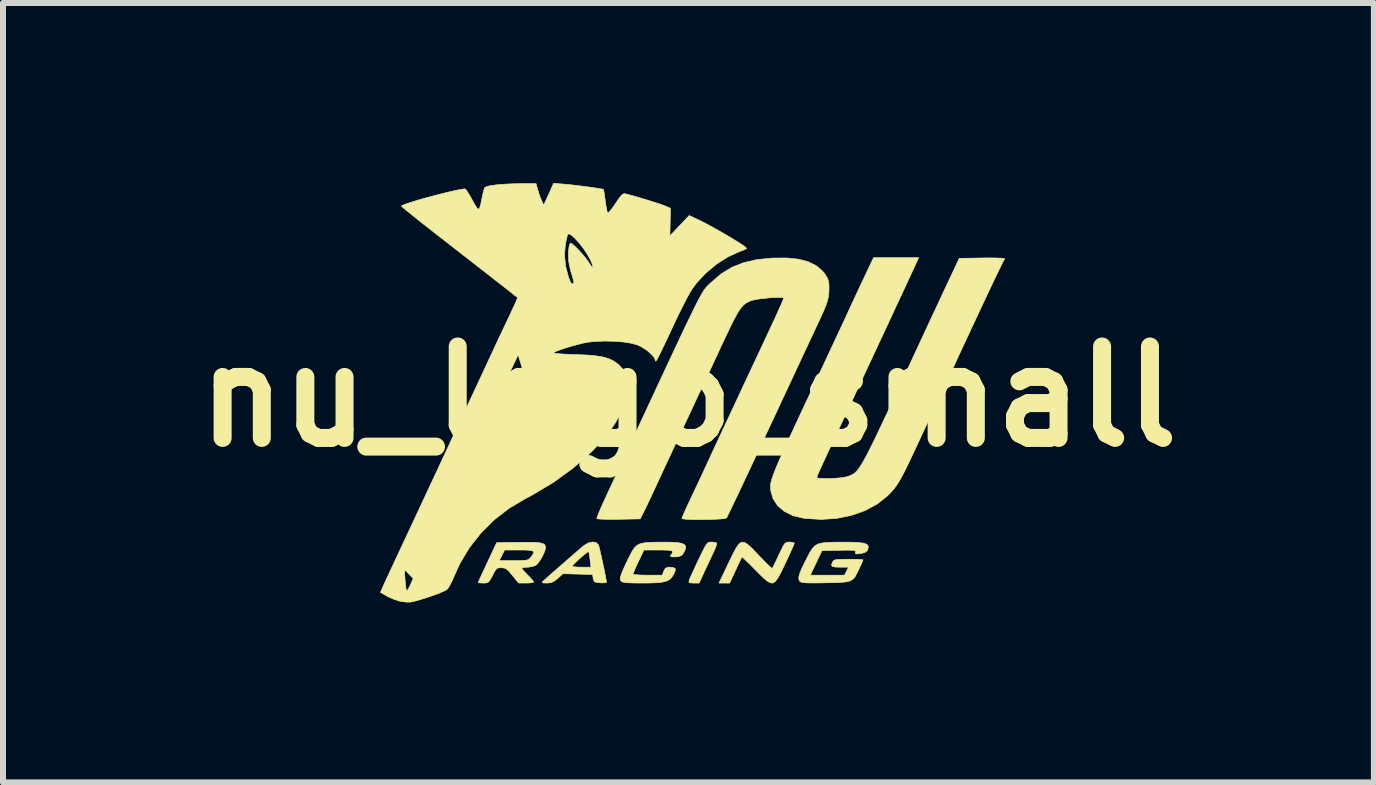
<source format=kicad_pcb>
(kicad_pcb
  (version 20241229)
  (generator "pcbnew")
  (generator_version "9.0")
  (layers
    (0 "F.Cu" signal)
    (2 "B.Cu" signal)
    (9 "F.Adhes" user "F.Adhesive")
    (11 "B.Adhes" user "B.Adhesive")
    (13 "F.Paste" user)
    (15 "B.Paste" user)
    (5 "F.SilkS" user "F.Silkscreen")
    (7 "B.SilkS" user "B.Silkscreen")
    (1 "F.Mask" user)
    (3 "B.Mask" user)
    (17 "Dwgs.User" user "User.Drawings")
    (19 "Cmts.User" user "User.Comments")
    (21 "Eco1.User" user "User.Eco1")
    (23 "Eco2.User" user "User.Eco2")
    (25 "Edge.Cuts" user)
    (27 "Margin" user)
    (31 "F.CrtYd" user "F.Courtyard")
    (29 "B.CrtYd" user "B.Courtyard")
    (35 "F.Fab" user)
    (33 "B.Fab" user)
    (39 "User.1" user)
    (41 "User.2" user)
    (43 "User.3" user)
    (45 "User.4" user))
  (footprint "nu_logo_small"
    (layer "F.Cu")
    (at 8.426 3.56)
    (property "Reference" "nu_logo_small" (at 0 0 0) (layer "F.SilkS") (effects (font (size 1.524 1.524) (thickness 0.3))))
    (attr through_hole)
    (fp_poly (pts (xy 0.438 2.43) (xy 0.469 2.441) (xy 0.471 2.442) (xy 0.468 2.47) (xy 0.449 2.523) (xy 0.429 2.569) (xy 0.397 2.637) (xy 0.354 2.73) (xy 0.305 2.834) (xy 0.277 2.894) (xy 0.177 3.109) (xy 0.087 3.109) (xy 0.03 3.106) (xy 0.008 3.095) (xy 0.01 3.069) (xy 0.012 3.063) (xy 0.026 3.027) (xy 0.056 2.96) (xy 0.097 2.87) (xy 0.146 2.766) (xy 0.167 2.721) (xy 0.222 2.607) (xy 0.262 2.527) (xy 0.292 2.475) (xy 0.316 2.444) (xy 0.339 2.43) (xy 0.364 2.426) (xy 0.385 2.425) (xy 0.438 2.43)) (stroke (width 0.01) (type solid)) (fill yes) (layer "F.SilkS"))
    (fp_poly (pts (xy 1.737 2.43) (xy 1.763 2.442) (xy 1.764 2.445) (xy 1.755 2.471) (xy 1.73 2.529) (xy 1.692 2.612) (xy 1.645 2.714) (xy 1.611 2.787) (xy 1.545 2.924) (xy 1.492 3.022) (xy 1.447 3.084) (xy 1.402 3.11) (xy 1.352 3.101) (xy 1.29 3.059) (xy 1.21 2.985) (xy 1.114 2.888) (xy 1.036 2.809) (xy 0.969 2.744) (xy 0.92 2.697) (xy 0.894 2.674) (xy 0.891 2.673) (xy 0.88 2.694) (xy 0.855 2.747) (xy 0.819 2.823) (xy 0.786 2.894) (xy 0.686 3.109) (xy 0.509 3.109) (xy 0.669 2.773) (xy 0.738 2.631) (xy 0.792 2.527) (xy 0.839 2.46) (xy 0.883 2.428) (xy 0.931 2.43) (xy 0.988 2.465) (xy 1.06 2.531) (xy 1.152 2.627) (xy 1.172 2.649) (xy 1.25 2.729) (xy 1.316 2.795) (xy 1.366 2.842) (xy 1.393 2.865) (xy 1.397 2.865) (xy 1.409 2.842) (xy 1.436 2.788) (xy 1.473 2.711) (xy 1.506 2.64) (xy 1.551 2.546) (xy 1.583 2.484) (xy 1.608 2.448) (xy 1.633 2.431) (xy 1.662 2.426) (xy 1.685 2.425) (xy 1.737 2.43)) (stroke (width 0.01) (type solid)) (fill yes) (layer "F.SilkS"))
    (fp_poly (pts (xy -1.539 2.434) (xy -1.5 2.474) (xy -1.5 2.475) (xy -1.489 2.51) (xy -1.473 2.578) (xy -1.452 2.668) (xy -1.43 2.77) (xy -1.408 2.873) (xy -1.389 2.968) (xy -1.375 3.043) (xy -1.367 3.089) (xy -1.367 3.096) (xy -1.387 3.104) (xy -1.437 3.106) (xy -1.472 3.105) (xy -1.536 3.098) (xy -1.568 3.084) (xy -1.583 3.054) (xy -1.588 3.032) (xy -1.599 2.966) (xy -2.093 2.953) (xy -2.179 3.031) (xy -2.242 3.08) (xy -2.298 3.104) (xy -2.361 3.109) (xy -2.418 3.107) (xy -2.438 3.099) (xy -2.428 3.082) (xy -2.425 3.079) (xy -2.391 3.048) (xy -2.331 2.995) (xy -2.252 2.925) (xy -2.16 2.845) (xy -2.137 2.825) (xy -1.937 2.825) (xy -1.92 2.834) (xy -1.87 2.841) (xy -1.796 2.844) (xy -1.785 2.844) (xy -1.626 2.844) (xy -1.64 2.719) (xy -1.65 2.649) (xy -1.659 2.599) (xy -1.665 2.583) (xy -1.684 2.593) (xy -1.725 2.624) (xy -1.779 2.67) (xy -1.837 2.722) (xy -1.888 2.771) (xy -1.925 2.809) (xy -1.937 2.825) (xy -2.137 2.825) (xy -2.062 2.76) (xy -1.967 2.676) (xy -1.879 2.6) (xy -1.807 2.538) (xy -1.757 2.496) (xy -1.746 2.486) (xy -1.672 2.441) (xy -1.599 2.424) (xy -1.539 2.434)) (stroke (width 0.01) (type solid)) (fill yes) (layer "F.SilkS"))
    (fp_poly (pts (xy -0.296 2.428) (xy -0.183 2.434) (xy -0.107 2.448) (xy -0.062 2.471) (xy -0.046 2.504) (xy -0.054 2.55) (xy -0.077 2.6) (xy -0.109 2.644) (xy -0.157 2.666) (xy -0.199 2.672) (xy -0.264 2.673) (xy -0.3 2.663) (xy -0.3 2.645) (xy -0.287 2.635) (xy -0.266 2.603) (xy -0.265 2.589) (xy -0.273 2.575) (xy -0.301 2.566) (xy -0.356 2.56) (xy -0.446 2.558) (xy -0.503 2.558) (xy -0.742 2.558) (xy -0.834 2.751) (xy -0.874 2.835) (xy -0.904 2.905) (xy -0.923 2.949) (xy -0.926 2.96) (xy -0.905 2.967) (xy -0.85 2.972) (xy -0.768 2.976) (xy -0.682 2.977) (xy -0.437 2.977) (xy -0.412 2.91) (xy -0.384 2.861) (xy -0.34 2.845) (xy -0.328 2.844) (xy -0.255 2.849) (xy -0.221 2.867) (xy -0.221 2.904) (xy -0.244 2.958) (xy -0.276 3.01) (xy -0.314 3.049) (xy -0.366 3.076) (xy -0.437 3.094) (xy -0.535 3.104) (xy -0.666 3.108) (xy -0.768 3.109) (xy -0.901 3.108) (xy -0.996 3.105) (xy -1.06 3.1) (xy -1.1 3.091) (xy -1.122 3.079) (xy -1.125 3.076) (xy -1.136 3.052) (xy -1.136 3.018) (xy -1.122 2.968) (xy -1.093 2.895) (xy -1.047 2.794) (xy -0.985 2.668) (xy -0.942 2.584) (xy -0.902 2.523) (xy -0.858 2.48) (xy -0.803 2.452) (xy -0.728 2.437) (xy -0.625 2.429) (xy -0.489 2.427) (xy -0.448 2.427) (xy -0.296 2.428)) (stroke (width 0.01) (type solid)) (fill yes) (layer "F.SilkS"))
    (fp_poly (pts (xy -2.563 2.431) (xy -2.481 2.438) (xy -2.427 2.451) (xy -2.396 2.47) (xy -2.383 2.497) (xy -2.381 2.515) (xy -2.394 2.571) (xy -2.426 2.646) (xy -2.468 2.722) (xy -2.513 2.784) (xy -2.54 2.81) (xy -2.594 2.832) (xy -2.665 2.844) (xy -2.684 2.844) (xy -2.741 2.848) (xy -2.775 2.857) (xy -2.778 2.862) (xy -2.764 2.885) (xy -2.725 2.929) (xy -2.679 2.977) (xy -2.627 3.03) (xy -2.591 3.072) (xy -2.58 3.091) (xy -2.6 3.101) (xy -2.651 3.107) (xy -2.706 3.109) (xy -2.833 3.108) (xy -2.934 2.982) (xy -2.99 2.915) (xy -3.032 2.877) (xy -3.07 2.859) (xy -3.116 2.853) (xy -3.118 2.853) (xy -3.163 2.855) (xy -3.195 2.867) (xy -3.222 2.9) (xy -3.256 2.962) (xy -3.265 2.98) (xy -3.301 3.049) (xy -3.329 3.088) (xy -3.36 3.105) (xy -3.403 3.109) (xy -3.418 3.109) (xy -3.473 3.107) (xy -3.504 3.102) (xy -3.506 3.101) (xy -3.497 3.079) (xy -3.472 3.024) (xy -3.435 2.943) (xy -3.388 2.843) (xy -3.352 2.764) (xy -3.337 2.734) (xy -3.154 2.734) (xy -2.912 2.734) (xy -2.806 2.734) (xy -2.735 2.731) (xy -2.689 2.724) (xy -2.66 2.712) (xy -2.638 2.691) (xy -2.625 2.676) (xy -2.591 2.628) (xy -2.579 2.595) (xy -2.595 2.575) (xy -2.641 2.563) (xy -2.724 2.558) (xy -2.822 2.558) (xy -3.064 2.558) (xy -3.109 2.646) (xy -3.154 2.734) (xy -3.337 2.734) (xy -3.198 2.436) (xy -2.833 2.43) (xy -2.679 2.429) (xy -2.563 2.431)) (stroke (width 0.01) (type solid)) (fill yes) (layer "F.SilkS"))
    (fp_poly (pts (xy 2.717 2.428) (xy 2.834 2.433) (xy 2.915 2.444) (xy 2.967 2.46) (xy 2.993 2.484) (xy 2.998 2.507) (xy 2.985 2.564) (xy 2.942 2.599) (xy 2.866 2.618) (xy 2.808 2.624) (xy 2.783 2.618) (xy 2.783 2.598) (xy 2.785 2.593) (xy 2.787 2.578) (xy 2.776 2.568) (xy 2.745 2.563) (xy 2.687 2.56) (xy 2.596 2.561) (xy 2.512 2.563) (xy 2.225 2.569) (xy 2.031 2.977) (xy 2.601 2.977) (xy 2.635 2.91) (xy 2.669 2.844) (xy 2.525 2.844) (xy 2.442 2.842) (xy 2.397 2.831) (xy 2.384 2.808) (xy 2.397 2.768) (xy 2.404 2.755) (xy 2.418 2.736) (xy 2.443 2.723) (xy 2.486 2.716) (xy 2.555 2.713) (xy 2.66 2.712) (xy 2.669 2.712) (xy 2.766 2.713) (xy 2.845 2.715) (xy 2.895 2.719) (xy 2.91 2.722) (xy 2.902 2.745) (xy 2.878 2.798) (xy 2.846 2.868) (xy 2.842 2.875) (xy 2.806 2.949) (xy 2.775 3.005) (xy 2.741 3.045) (xy 2.698 3.071) (xy 2.639 3.088) (xy 2.558 3.097) (xy 2.446 3.102) (xy 2.298 3.104) (xy 2.284 3.105) (xy 2.138 3.107) (xy 2.031 3.107) (xy 1.955 3.105) (xy 1.905 3.1) (xy 1.874 3.091) (xy 1.856 3.08) (xy 1.853 3.076) (xy 1.839 3.046) (xy 1.84 3.002) (xy 1.858 2.939) (xy 1.895 2.851) (xy 1.953 2.734) (xy 1.981 2.679) (xy 2.026 2.594) (xy 2.066 2.532) (xy 2.109 2.487) (xy 2.162 2.457) (xy 2.232 2.44) (xy 2.326 2.431) (xy 2.453 2.427) (xy 2.562 2.427) (xy 2.717 2.428)) (stroke (width 0.01) (type solid)) (fill yes) (layer "F.SilkS"))
    (fp_poly (pts (xy 3.784 -2.199) (xy 3.757 -2.14) (xy 3.715 -2.05) (xy 3.664 -1.939) (xy 3.608 -1.818) (xy 3.572 -1.742) (xy 3.514 -1.617) (xy 3.457 -1.496) (xy 3.407 -1.387) (xy 3.368 -1.303) (xy 3.351 -1.268) (xy 3.313 -1.184) (xy 3.264 -1.08) (xy 3.215 -0.974) (xy 3.203 -0.948) (xy 3.153 -0.843) (xy 3.102 -0.732) (xy 3.057 -0.636) (xy 3.048 -0.617) (xy 3.014 -0.544) (xy 2.964 -0.438) (xy 2.904 -0.308) (xy 2.835 -0.161) (xy 2.762 -0.004) (xy 2.688 0.154) (xy 2.616 0.306) (xy 2.569 0.408) (xy 2.464 0.631) (xy 2.377 0.818) (xy 2.306 0.97) (xy 2.25 1.092) (xy 2.206 1.186) (xy 2.175 1.256) (xy 2.154 1.304) (xy 2.143 1.333) (xy 2.139 1.347) (xy 2.139 1.347) (xy 2.159 1.359) (xy 2.213 1.365) (xy 2.29 1.368) (xy 2.381 1.366) (xy 2.474 1.36) (xy 2.56 1.351) (xy 2.63 1.339) (xy 2.651 1.333) (xy 2.684 1.321) (xy 2.715 1.309) (xy 2.744 1.294) (xy 2.772 1.274) (xy 2.801 1.247) (xy 2.832 1.209) (xy 2.867 1.159) (xy 2.907 1.093) (xy 2.953 1.011) (xy 3.006 0.909) (xy 3.068 0.785) (xy 3.14 0.637) (xy 3.223 0.461) (xy 3.32 0.257) (xy 3.43 0.021) (xy 3.555 -0.25) (xy 3.698 -0.556) (xy 3.772 -0.717) (xy 3.826 -0.834) (xy 3.888 -0.966) (xy 3.945 -1.089) (xy 3.956 -1.113) (xy 4.01 -1.228) (xy 4.069 -1.356) (xy 4.124 -1.472) (xy 4.136 -1.498) (xy 4.178 -1.588) (xy 4.232 -1.704) (xy 4.292 -1.833) (xy 4.353 -1.962) (xy 4.368 -1.994) (xy 4.513 -2.304) (xy 4.891 -2.31) (xy 5.015 -2.311) (xy 5.122 -2.31) (xy 5.204 -2.307) (xy 5.256 -2.303) (xy 5.27 -2.298) (xy 5.256 -2.267) (xy 5.25 -2.259) (xy 5.237 -2.235) (xy 5.208 -2.176) (xy 5.164 -2.085) (xy 5.107 -1.967) (xy 5.04 -1.826) (xy 4.964 -1.665) (xy 4.882 -1.49) (xy 4.795 -1.304) (xy 4.705 -1.112) (xy 4.615 -0.918) (xy 4.525 -0.726) (xy 4.44 -0.541) (xy 4.359 -0.366) (xy 4.338 -0.32) (xy 4.279 -0.193) (xy 4.215 -0.055) (xy 4.154 0.077) (xy 4.112 0.165) (xy 4.072 0.25) (xy 4.018 0.366) (xy 3.953 0.504) (xy 3.883 0.654) (xy 3.812 0.807) (xy 3.779 0.878) (xy 3.695 1.056) (xy 3.626 1.199) (xy 3.568 1.313) (xy 3.517 1.404) (xy 3.471 1.478) (xy 3.425 1.54) (xy 3.376 1.595) (xy 3.321 1.651) (xy 3.315 1.657) (xy 3.143 1.793) (xy 2.941 1.902) (xy 2.715 1.981) (xy 2.471 2.031) (xy 2.214 2.048) (xy 1.949 2.032) (xy 1.908 2.026) (xy 1.74 1.985) (xy 1.599 1.915) (xy 1.488 1.821) (xy 1.412 1.706) (xy 1.372 1.572) (xy 1.368 1.499) (xy 1.369 1.468) (xy 1.375 1.431) (xy 1.387 1.386) (xy 1.405 1.33) (xy 1.431 1.26) (xy 1.466 1.173) (xy 1.512 1.066) (xy 1.569 0.936) (xy 1.64 0.781) (xy 1.725 0.596) (xy 1.825 0.38) (xy 1.942 0.129) (xy 2.034 -0.066) (xy 2.138 -0.29) (xy 2.241 -0.509) (xy 2.338 -0.718) (xy 2.429 -0.912) (xy 2.511 -1.088) (xy 2.583 -1.241) (xy 2.641 -1.367) (xy 2.684 -1.461) (xy 2.707 -1.51) (xy 2.762 -1.629) (xy 2.827 -1.769) (xy 2.895 -1.913) (xy 2.952 -2.034) (xy 3.085 -2.315) (xy 3.836 -2.315) (xy 3.784 -2.199)) (stroke (width 0.01) (type solid)) (fill yes) (layer "F.SilkS"))
    (fp_poly (pts (xy 1.834 -2.29) (xy 1.996 -2.247) (xy 2.128 -2.182) (xy 2.234 -2.092) (xy 2.279 -2.036) (xy 2.315 -1.978) (xy 2.334 -1.925) (xy 2.342 -1.859) (xy 2.342 -1.793) (xy 2.34 -1.723) (xy 2.332 -1.658) (xy 2.315 -1.591) (xy 2.288 -1.512) (xy 2.247 -1.414) (xy 2.19 -1.288) (xy 2.155 -1.213) (xy 2.132 -1.165) (xy 2.111 -1.12) (xy 2.09 -1.075) (xy 2.068 -1.028) (xy 2.043 -0.975) (xy 2.014 -0.913) (xy 1.98 -0.839) (xy 1.938 -0.751) (xy 1.889 -0.645) (xy 1.83 -0.518) (xy 1.759 -0.367) (xy 1.677 -0.19) (xy 1.58 0.016) (xy 1.469 0.256) (xy 1.34 0.53) (xy 1.274 0.672) (xy 1.168 0.899) (xy 1.067 1.115) (xy 0.973 1.315) (xy 0.887 1.498) (xy 0.811 1.658) (xy 0.746 1.794) (xy 0.695 1.901) (xy 0.658 1.977) (xy 0.638 2.017) (xy 0.634 2.023) (xy 0.607 2.032) (xy 0.545 2.04) (xy 0.459 2.045) (xy 0.356 2.049) (xy 0.246 2.051) (xy 0.137 2.051) (xy 0.039 2.049) (xy -0.041 2.045) (xy -0.094 2.039) (xy -0.11 2.031) (xy -0.101 2.005) (xy -0.076 1.947) (xy -0.039 1.864) (xy 0.007 1.765) (xy 0.025 1.728) (xy 0.08 1.61) (xy 0.136 1.493) (xy 0.185 1.388) (xy 0.222 1.309) (xy 0.225 1.301) (xy 0.258 1.23) (xy 0.307 1.125) (xy 0.369 0.99) (xy 0.443 0.831) (xy 0.526 0.653) (xy 0.615 0.462) (xy 0.709 0.261) (xy 0.804 0.058) (xy 0.898 -0.144) (xy 0.989 -0.338) (xy 1.074 -0.52) (xy 1.151 -0.684) (xy 1.217 -0.825) (xy 1.27 -0.938) (xy 1.29 -0.981) (xy 1.369 -1.15) (xy 1.439 -1.3) (xy 1.497 -1.429) (xy 1.543 -1.531) (xy 1.573 -1.602) (xy 1.587 -1.639) (xy 1.587 -1.643) (xy 1.567 -1.651) (xy 1.513 -1.653) (xy 1.436 -1.651) (xy 1.344 -1.645) (xy 1.249 -1.635) (xy 1.16 -1.624) (xy 1.087 -1.61) (xy 1.042 -1.598) (xy 0.997 -1.578) (xy 0.959 -1.557) (xy 0.923 -1.53) (xy 0.887 -1.493) (xy 0.85 -1.443) (xy 0.809 -1.376) (xy 0.761 -1.287) (xy 0.704 -1.174) (xy 0.636 -1.031) (xy 0.553 -0.856) (xy 0.468 -0.672) (xy 0.409 -0.545) (xy 0.346 -0.41) (xy 0.286 -0.283) (xy 0.237 -0.179) (xy 0.236 -0.176) (xy 0.202 -0.104) (xy 0.152 0.002) (xy 0.09 0.137) (xy 0.017 0.293) (xy -0.064 0.465) (xy -0.148 0.647) (xy -0.235 0.832) (xy -0.32 1.016) (xy -0.402 1.191) (xy -0.477 1.352) (xy -0.542 1.493) (xy -0.591 1.599) (xy -0.64 1.703) (xy -0.688 1.805) (xy -0.73 1.89) (xy -0.749 1.929) (xy -0.805 2.039) (xy -1.161 2.046) (xy -1.282 2.047) (xy -1.387 2.046) (xy -1.467 2.043) (xy -1.516 2.038) (xy -1.528 2.035) (xy -1.522 2.01) (xy -1.5 1.952) (xy -1.465 1.869) (xy -1.42 1.767) (xy -1.383 1.687) (xy -1.182 1.253) (xy -0.998 0.858) (xy -0.831 0.498) (xy -0.68 0.174) (xy -0.544 -0.118) (xy -0.422 -0.38) (xy -0.314 -0.612) (xy -0.217 -0.817) (xy -0.133 -0.997) (xy -0.059 -1.153) (xy 0.006 -1.288) (xy 0.062 -1.402) (xy 0.109 -1.499) (xy 0.15 -1.58) (xy 0.185 -1.646) (xy 0.214 -1.699) (xy 0.239 -1.742) (xy 0.261 -1.776) (xy 0.281 -1.803) (xy 0.298 -1.825) (xy 0.315 -1.843) (xy 0.333 -1.86) (xy 0.351 -1.877) (xy 0.371 -1.896) (xy 0.384 -1.907) (xy 0.547 -2.047) (xy 0.724 -2.155) (xy 0.92 -2.232) (xy 1.142 -2.283) (xy 1.395 -2.308) (xy 1.408 -2.309) (xy 1.639 -2.31) (xy 1.834 -2.29)) (stroke (width 0.01) (type solid)) (fill yes) (layer "F.SilkS"))
    (fp_poly (pts (xy -2.067 -3.54) (xy -1.986 -3.533) (xy -1.887 -3.521) (xy -1.778 -3.508) (xy -1.67 -3.494) (xy -1.57 -3.48) (xy -1.489 -3.467) (xy -1.435 -3.458) (xy -1.417 -3.453) (xy -1.412 -3.43) (xy -1.402 -3.374) (xy -1.391 -3.295) (xy -1.387 -3.261) (xy -1.374 -3.175) (xy -1.361 -3.105) (xy -1.35 -3.065) (xy -1.347 -3.059) (xy -1.329 -3.069) (xy -1.294 -3.109) (xy -1.247 -3.172) (xy -1.217 -3.217) (xy -1.161 -3.3) (xy -1.12 -3.35) (xy -1.09 -3.376) (xy -1.063 -3.382) (xy -1.053 -3.38) (xy -0.979 -3.361) (xy -0.88 -3.334) (xy -0.767 -3.3) (xy -0.651 -3.265) (xy -0.543 -3.231) (xy -0.455 -3.202) (xy -0.399 -3.181) (xy -0.398 -3.18) (xy -0.3 -3.139) (xy -0.305 -2.909) (xy -0.31 -2.679) (xy -0.149 -2.848) (xy 0.012 -3.018) (xy 0.196 -2.931) (xy 0.278 -2.89) (xy 0.382 -2.834) (xy 0.5 -2.768) (xy 0.621 -2.699) (xy 0.735 -2.631) (xy 0.835 -2.569) (xy 0.91 -2.521) (xy 0.935 -2.502) (xy 0.961 -2.482) (xy 0.966 -2.467) (xy 0.945 -2.452) (xy 0.891 -2.431) (xy 0.849 -2.416) (xy 0.656 -2.327) (xy 0.465 -2.205) (xy 0.287 -2.057) (xy 0.134 -1.892) (xy 0.058 -1.789) (xy 0.019 -1.724) (xy -0.034 -1.627) (xy -0.095 -1.507) (xy -0.162 -1.374) (xy -0.228 -1.236) (xy -0.239 -1.213) (xy -0.323 -1.032) (xy -0.391 -0.887) (xy -0.445 -0.776) (xy -0.485 -0.694) (xy -0.513 -0.638) (xy -0.532 -0.605) (xy -0.544 -0.591) (xy -0.549 -0.593) (xy -0.55 -0.601) (xy -0.57 -0.649) (xy -0.62 -0.708) (xy -0.691 -0.769) (xy -0.774 -0.823) (xy -0.852 -0.861) (xy -0.952 -0.888) (xy -1.084 -0.909) (xy -1.235 -0.921) (xy -1.394 -0.925) (xy -1.548 -0.919) (xy -1.675 -0.906) (xy -1.756 -0.89) (xy -1.853 -0.866) (xy -1.955 -0.838) (xy -2.055 -0.808) (xy -2.142 -0.779) (xy -2.208 -0.753) (xy -2.245 -0.733) (xy -2.249 -0.727) (xy -2.228 -0.721) (xy -2.17 -0.714) (xy -2.083 -0.708) (xy -1.973 -0.703) (xy -1.88 -0.7) (xy -1.694 -0.692) (xy -1.545 -0.679) (xy -1.427 -0.66) (xy -1.331 -0.632) (xy -1.252 -0.595) (xy -1.182 -0.546) (xy -1.168 -0.535) (xy -1.07 -0.428) (xy -1.012 -0.31) (xy -0.994 -0.177) (xy -1.015 -0.027) (xy -1.048 0.076) (xy -1.126 0.265) (xy -1.215 0.433) (xy -1.321 0.59) (xy -1.45 0.747) (xy -1.61 0.915) (xy -1.635 0.939) (xy -1.928 1.196) (xy -2.255 1.433) (xy -2.613 1.646) (xy -2.723 1.704) (xy -2.991 1.863) (xy -3.239 2.055) (xy -3.461 2.277) (xy -3.654 2.522) (xy -3.811 2.785) (xy -3.896 2.972) (xy -3.936 3.065) (xy -3.977 3.145) (xy -4.012 3.201) (xy -4.028 3.218) (xy -4.07 3.241) (xy -4.144 3.273) (xy -4.239 3.309) (xy -4.344 3.345) (xy -4.45 3.379) (xy -4.544 3.406) (xy -4.618 3.424) (xy -4.63 3.426) (xy -4.698 3.427) (xy -4.782 3.417) (xy -4.82 3.409) (xy -4.911 3.379) (xy -5.005 3.338) (xy -5.034 3.322) (xy -5.135 3.263) (xy -5.073 3.125) (xy -5.046 3.067) (xy -5.004 2.977) (xy -4.981 2.925) (xy -4.731 2.925) (xy -4.729 2.984) (xy -4.724 3.057) (xy -4.717 3.131) (xy -4.709 3.195) (xy -4.701 3.234) (xy -4.697 3.241) (xy -4.68 3.223) (xy -4.653 3.175) (xy -4.634 3.136) (xy -4.589 3.032) (xy -4.658 2.96) (xy -4.699 2.919) (xy -4.725 2.896) (xy -4.728 2.894) (xy -4.731 2.925) (xy -4.981 2.925) (xy -4.95 2.86) (xy -4.888 2.726) (xy -4.819 2.58) (xy -4.763 2.458) (xy -4.693 2.309) (xy -4.625 2.165) (xy -4.564 2.034) (xy -4.513 1.924) (xy -4.474 1.84) (xy -4.454 1.797) (xy -4.417 1.719) (xy -4.37 1.617) (xy -4.318 1.507) (xy -4.289 1.444) (xy -4.237 1.334) (xy -4.175 1.201) (xy -4.111 1.063) (xy -4.057 0.948) (xy -3.985 0.793) (xy -3.918 0.647) (xy -3.848 0.498) (xy -3.772 0.335) (xy -3.683 0.146) (xy -3.666 0.11) (xy -3.621 0.015) (xy -3.175 0.015) (xy -3.171 0.021) (xy -3.154 0.015) (xy -3.121 -0.006) (xy -3.065 -0.047) (xy -2.982 -0.109) (xy -2.937 -0.143) (xy -2.847 -0.212) (xy -2.788 -0.262) (xy -2.755 -0.306) (xy -2.746 -0.354) (xy -2.755 -0.415) (xy -2.78 -0.502) (xy -2.795 -0.551) (xy -2.839 -0.695) (xy -3.007 -0.345) (xy -3.062 -0.232) (xy -3.109 -0.132) (xy -3.145 -0.053) (xy -3.168 -0.002) (xy -3.175 0.015) (xy -3.621 0.015) (xy -3.616 0.005) (xy -3.566 -0.103) (xy -3.522 -0.196) (xy -3.506 -0.232) (xy -3.413 -0.431) (xy -3.317 -0.638) (xy -3.222 -0.842) (xy -3.133 -1.032) (xy -3.055 -1.196) (xy -3.032 -1.246) (xy -2.982 -1.351) (xy -2.937 -1.448) (xy -2.901 -1.526) (xy -2.879 -1.576) (xy -2.877 -1.58) (xy -2.848 -1.649) (xy -3.017 -1.782) (xy -3.083 -1.834) (xy -3.16 -1.894) (xy -3.25 -1.964) (xy -3.356 -2.047) (xy -3.482 -2.145) (xy -3.63 -2.261) (xy -3.75 -2.354) (xy -2.066 -2.354) (xy -2.047 -2.168) (xy -1.998 -1.985) (xy -1.992 -1.968) (xy -1.964 -1.903) (xy -1.94 -1.877) (xy -1.917 -1.883) (xy -1.913 -1.887) (xy -1.912 -1.913) (xy -1.925 -1.967) (xy -1.94 -2.017) (xy -1.968 -2.112) (xy -1.99 -2.216) (xy -1.996 -2.256) (xy -2.001 -2.338) (xy -2 -2.421) (xy -1.991 -2.492) (xy -1.978 -2.542) (xy -1.963 -2.558) (xy -1.935 -2.542) (xy -1.887 -2.5) (xy -1.828 -2.44) (xy -1.767 -2.372) (xy -1.711 -2.304) (xy -1.668 -2.245) (xy -1.661 -2.233) (xy -1.622 -2.175) (xy -1.6 -2.154) (xy -1.594 -2.168) (xy -1.606 -2.212) (xy -1.637 -2.284) (xy -1.644 -2.297) (xy -1.693 -2.383) (xy -1.752 -2.471) (xy -1.816 -2.553) (xy -1.88 -2.624) (xy -1.936 -2.678) (xy -1.981 -2.708) (xy -2.008 -2.708) (xy -2.01 -2.706) (xy -2.022 -2.672) (xy -2.037 -2.609) (xy -2.053 -2.529) (xy -2.053 -2.528) (xy -2.066 -2.354) (xy -3.75 -2.354) (xy -3.804 -2.396) (xy -4.006 -2.553) (xy -4.239 -2.735) (xy -4.263 -2.754) (xy -4.394 -2.856) (xy -4.513 -2.95) (xy -4.615 -3.032) (xy -4.697 -3.099) (xy -4.754 -3.146) (xy -4.782 -3.172) (xy -4.785 -3.175) (xy -4.764 -3.189) (xy -4.708 -3.211) (xy -4.623 -3.239) (xy -4.516 -3.272) (xy -4.394 -3.307) (xy -4.264 -3.342) (xy -4.133 -3.376) (xy -4.008 -3.407) (xy -3.897 -3.433) (xy -3.805 -3.451) (xy -3.741 -3.461) (xy -3.725 -3.462) (xy -3.706 -3.444) (xy -3.673 -3.395) (xy -3.631 -3.326) (xy -3.615 -3.296) (xy -3.561 -3.199) (xy -3.524 -3.141) (xy -3.499 -3.123) (xy -3.48 -3.145) (xy -3.462 -3.208) (xy -3.441 -3.313) (xy -3.439 -3.321) (xy -3.423 -3.397) (xy -3.406 -3.457) (xy -3.396 -3.483) (xy -3.363 -3.501) (xy -3.293 -3.517) (xy -3.191 -3.53) (xy -3.063 -3.54) (xy -2.914 -3.547) (xy -2.786 -3.549) (xy -2.541 -3.55) (xy -2.516 -3.456) (xy -2.49 -3.372) (xy -2.457 -3.287) (xy -2.452 -3.276) (xy -2.413 -3.19) (xy -2.33 -3.373) (xy -2.248 -3.555) (xy -2.067 -3.54)) (stroke (width 0.01) (type solid)) (fill yes) (layer "F.SilkS")))
  (gr_rect
    (start -3 -3)
    (end 19.851 9.992)
    (stroke (width 0.1) (type default))
    (fill no)
    (layer "Edge.Cuts")))
</source>
